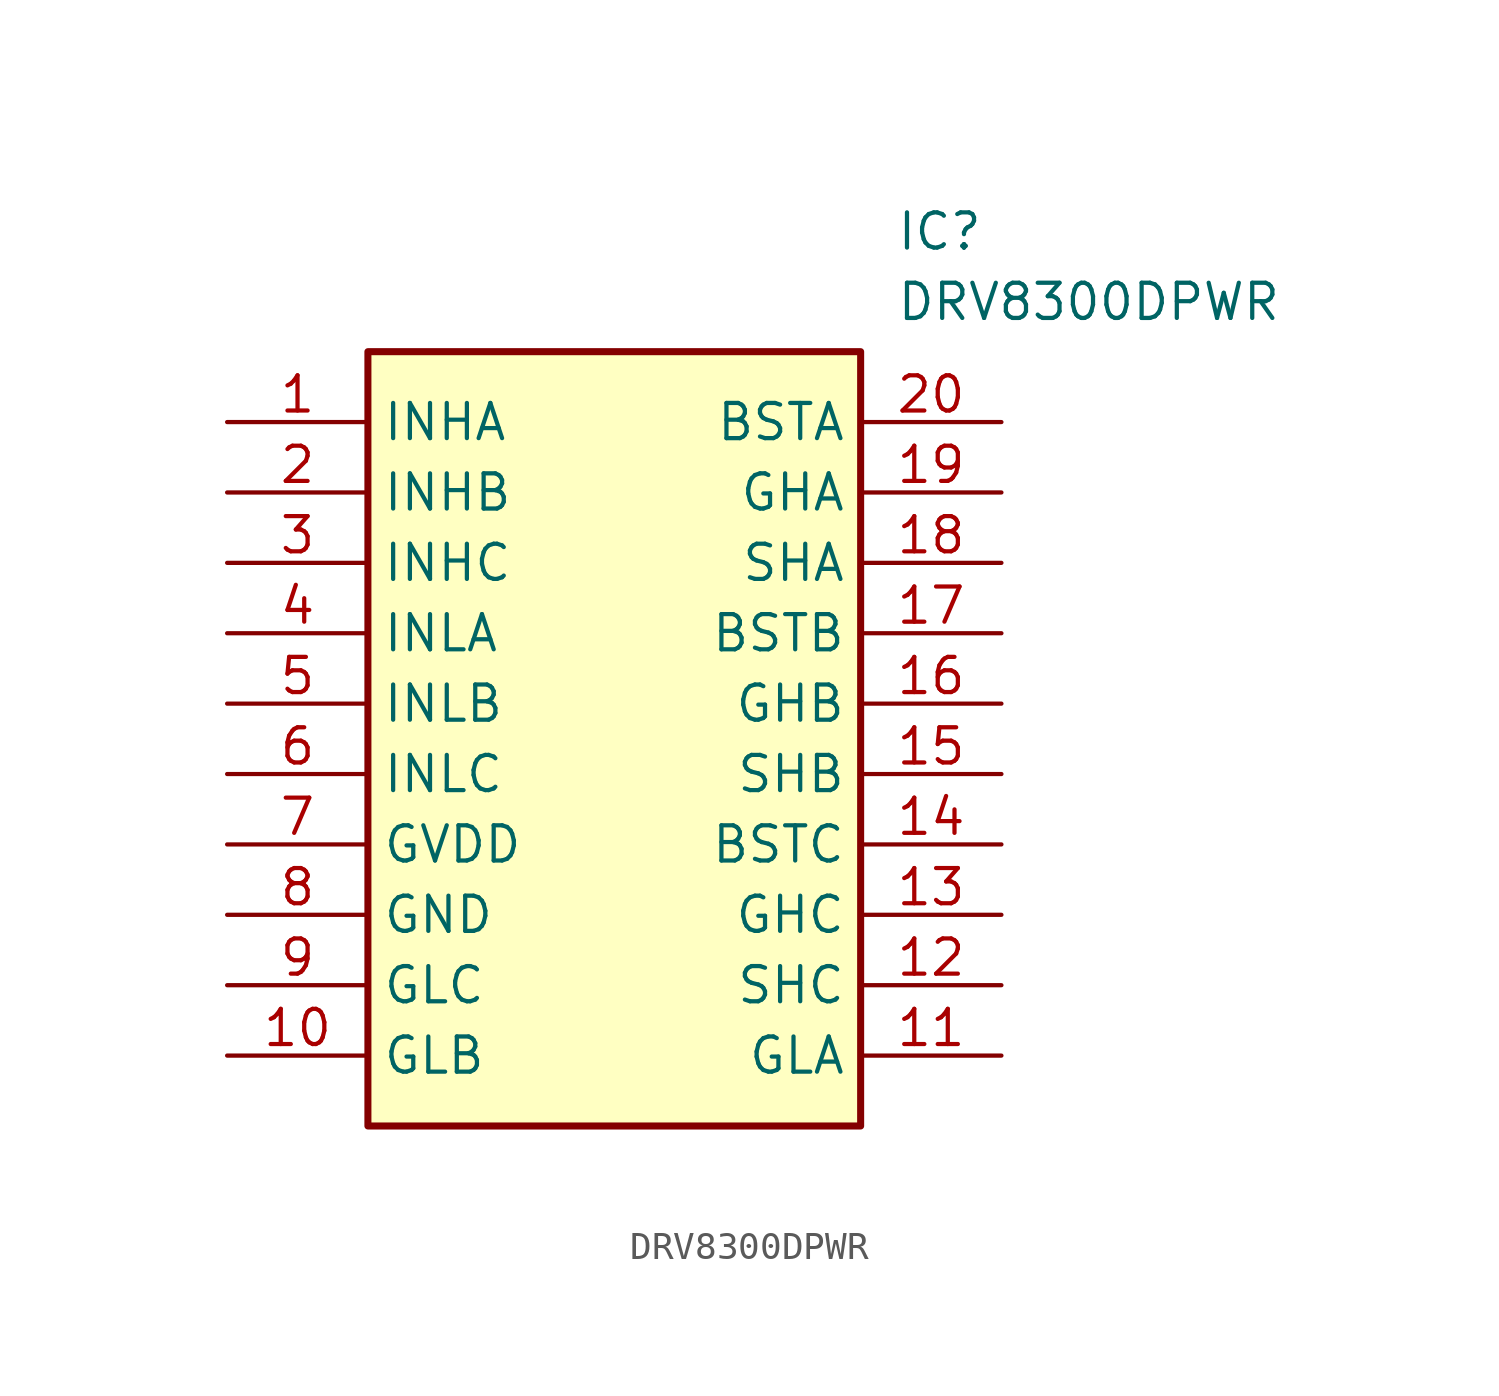
<source format=kicad_sym>
(kicad_symbol_lib
  (version 20211014)
  (generator SamacSys_ECAD_Model)
  (symbol "DRV8300DPWR"
    (property "Reference" "IC"
      (at 24.13 7.62 0)
      (effects (font (size 1.27 1.27)) (justify left top)))
    (property "Value" "DRV8300DPWR"
      (at 24.13 5.08 0)
      (effects (font (size 1.27 1.27)) (justify left top)))
    (rectangle
      (start 5.08 2.54)
      (end 22.86 -25.4)
      (stroke (width 0.254) (type default))
      (fill (type background)))
    (pin passive line
      (at 0 0 0)
      (length 5.08)
      (name "INHA" (effects (font (size 1.27 1.27))))
      (number "1" (effects (font (size 1.27 1.27)))))
    (pin passive line
      (at 0 -2.54 0)
      (length 5.08)
      (name "INHB" (effects (font (size 1.27 1.27))))
      (number "2" (effects (font (size 1.27 1.27)))))
    (pin passive line
      (at 0 -5.08 0)
      (length 5.08)
      (name "INHC" (effects (font (size 1.27 1.27))))
      (number "3" (effects (font (size 1.27 1.27)))))
    (pin passive line
      (at 0 -7.62 0)
      (length 5.08)
      (name "INLA" (effects (font (size 1.27 1.27))))
      (number "4" (effects (font (size 1.27 1.27)))))
    (pin passive line
      (at 0 -10.16 0)
      (length 5.08)
      (name "INLB" (effects (font (size 1.27 1.27))))
      (number "5" (effects (font (size 1.27 1.27)))))
    (pin passive line
      (at 0 -12.7 0)
      (length 5.08)
      (name "INLC" (effects (font (size 1.27 1.27))))
      (number "6" (effects (font (size 1.27 1.27)))))
    (pin passive line
      (at 0 -15.24 0)
      (length 5.08)
      (name "GVDD" (effects (font (size 1.27 1.27))))
      (number "7" (effects (font (size 1.27 1.27)))))
    (pin passive line
      (at 0 -17.78 0)
      (length 5.08)
      (name "GND" (effects (font (size 1.27 1.27))))
      (number "8" (effects (font (size 1.27 1.27)))))
    (pin passive line
      (at 0 -20.32 0)
      (length 5.08)
      (name "GLC" (effects (font (size 1.27 1.27))))
      (number "9" (effects (font (size 1.27 1.27)))))
    (pin passive line
      (at 0 -22.86 0)
      (length 5.08)
      (name "GLB" (effects (font (size 1.27 1.27))))
      (number "10" (effects (font (size 1.27 1.27)))))
    (pin passive line
      (at 27.94 0 180)
      (length 5.08)
      (name "BSTA" (effects (font (size 1.27 1.27))))
      (number "20" (effects (font (size 1.27 1.27)))))
    (pin passive line
      (at 27.94 -2.54 180)
      (length 5.08)
      (name "GHA" (effects (font (size 1.27 1.27))))
      (number "19" (effects (font (size 1.27 1.27)))))
    (pin passive line
      (at 27.94 -5.08 180)
      (length 5.08)
      (name "SHA" (effects (font (size 1.27 1.27))))
      (number "18" (effects (font (size 1.27 1.27)))))
    (pin passive line
      (at 27.94 -7.62 180)
      (length 5.08)
      (name "BSTB" (effects (font (size 1.27 1.27))))
      (number "17" (effects (font (size 1.27 1.27)))))
    (pin passive line
      (at 27.94 -10.16 180)
      (length 5.08)
      (name "GHB" (effects (font (size 1.27 1.27))))
      (number "16" (effects (font (size 1.27 1.27)))))
    (pin passive line
      (at 27.94 -12.7 180)
      (length 5.08)
      (name "SHB" (effects (font (size 1.27 1.27))))
      (number "15" (effects (font (size 1.27 1.27)))))
    (pin passive line
      (at 27.94 -15.24 180)
      (length 5.08)
      (name "BSTC" (effects (font (size 1.27 1.27))))
      (number "14" (effects (font (size 1.27 1.27)))))
    (pin passive line
      (at 27.94 -17.78 180)
      (length 5.08)
      (name "GHC" (effects (font (size 1.27 1.27))))
      (number "13" (effects (font (size 1.27 1.27)))))
    (pin passive line
      (at 27.94 -20.32 180)
      (length 5.08)
      (name "SHC" (effects (font (size 1.27 1.27))))
      (number "12" (effects (font (size 1.27 1.27)))))
    (pin passive line
      (at 27.94 -22.86 180)
      (length 5.08)
      (name "GLA" (effects (font (size 1.27 1.27))))
      (number "11" (effects (font (size 1.27 1.27)))))))
</source>
